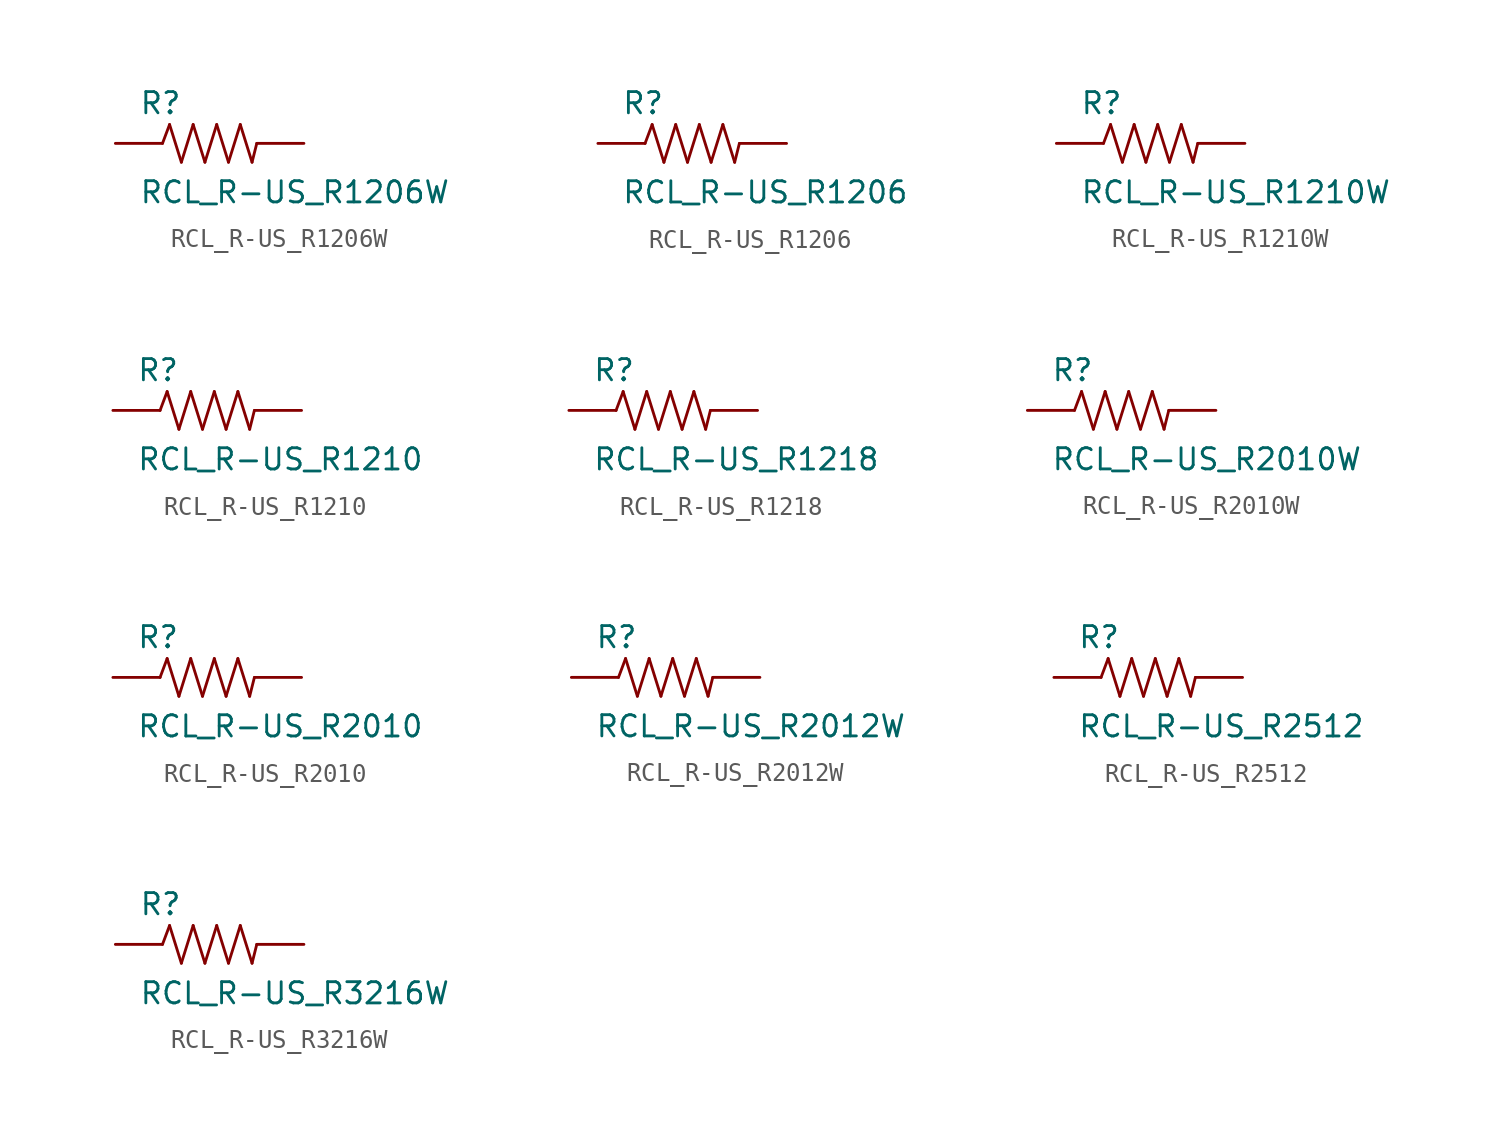
<source format=kicad_sym>
(kicad_symbol_lib
  (version 20210619)
  (generator kicad_symbol_editor)
  (symbol "RCL_R-US_R1206W"
    (pin_numbers hide)
    (pin_names
      (offset 1.016) hide)
    (property "Reference" "R"
      (at -3.81 1.499 0)
      (effects (font (size 1.143 1.143)) (justify left bottom)))
    (property "Value" "RCL_R-US_R1206W"
      (at -3.81 -3.302 0)
      (effects (font (size 1.143 1.143)) (justify left bottom)))
    (property "ki_locked" ""
      (at 0 0 0)
      (effects (font (size 1.27 1.27))))
    (symbol "RCL_R-US_R1206W_1_0"
      (polyline (pts (xy -2.54 0) (xy -2.159 1.016)) (stroke (width 0)) (fill (type none)))
      (polyline (pts (xy -2.159 1.016) (xy -1.524 -1.016)) (stroke (width 0)) (fill (type none)))
      (polyline (pts (xy -1.524 -1.016) (xy -0.889 1.016)) (stroke (width 0)) (fill (type none)))
      (polyline (pts (xy -0.889 1.016) (xy -0.254 -1.016)) (stroke (width 0)) (fill (type none)))
      (polyline (pts (xy -0.254 -1.016) (xy 0.381 1.016)) (stroke (width 0)) (fill (type none)))
      (polyline (pts (xy 0.381 1.016) (xy 1.016 -1.016)) (stroke (width 0)) (fill (type none)))
      (polyline (pts (xy 1.016 -1.016) (xy 1.651 1.016)) (stroke (width 0)) (fill (type none)))
      (polyline (pts (xy 1.651 1.016) (xy 2.286 -1.016)) (stroke (width 0)) (fill (type none)))
      (polyline (pts (xy 2.286 -1.016) (xy 2.54 0)) (stroke (width 0)) (fill (type none))))
    (symbol "RCL_R-US_R1206W_1_1"
      (pin passive line (at -5.08 0 0) (length 2.54) (name "1" (effects (font (size 1.016 1.016)))) (number "1" (effects (font (size 1.016 1.016)))))
      (pin passive line (at 5.08 0 180) (length 2.54) (name "2" (effects (font (size 1.016 1.016)))) (number "2" (effects (font (size 1.016 1.016)))))))
  (symbol "RCL_R-US_R1206"
    (pin_numbers hide)
    (pin_names
      (offset 1.016) hide)
    (property "Reference" "R"
      (at -3.81 1.499 0)
      (effects (font (size 1.143 1.143)) (justify left bottom)))
    (property "Value" "RCL_R-US_R1206"
      (at -3.81 -3.302 0)
      (effects (font (size 1.143 1.143)) (justify left bottom)))
    (property "ki_locked" ""
      (at 0 0 0)
      (effects (font (size 1.27 1.27))))
    (symbol "RCL_R-US_R1206_1_0"
      (polyline (pts (xy -2.54 0) (xy -2.159 1.016)) (stroke (width 0)) (fill (type none)))
      (polyline (pts (xy -2.159 1.016) (xy -1.524 -1.016)) (stroke (width 0)) (fill (type none)))
      (polyline (pts (xy -1.524 -1.016) (xy -0.889 1.016)) (stroke (width 0)) (fill (type none)))
      (polyline (pts (xy -0.889 1.016) (xy -0.254 -1.016)) (stroke (width 0)) (fill (type none)))
      (polyline (pts (xy -0.254 -1.016) (xy 0.381 1.016)) (stroke (width 0)) (fill (type none)))
      (polyline (pts (xy 0.381 1.016) (xy 1.016 -1.016)) (stroke (width 0)) (fill (type none)))
      (polyline (pts (xy 1.016 -1.016) (xy 1.651 1.016)) (stroke (width 0)) (fill (type none)))
      (polyline (pts (xy 1.651 1.016) (xy 2.286 -1.016)) (stroke (width 0)) (fill (type none)))
      (polyline (pts (xy 2.286 -1.016) (xy 2.54 0)) (stroke (width 0)) (fill (type none))))
    (symbol "RCL_R-US_R1206_1_1"
      (pin passive line (at -5.08 0 0) (length 2.54) (name "1" (effects (font (size 1.016 1.016)))) (number "1" (effects (font (size 1.016 1.016)))))
      (pin passive line (at 5.08 0 180) (length 2.54) (name "2" (effects (font (size 1.016 1.016)))) (number "2" (effects (font (size 1.016 1.016)))))))
  (symbol "RCL_R-US_R1210W"
    (pin_numbers hide)
    (pin_names
      (offset 1.016) hide)
    (property "Reference" "R"
      (at -3.81 1.499 0)
      (effects (font (size 1.143 1.143)) (justify left bottom)))
    (property "Value" "RCL_R-US_R1210W"
      (at -3.81 -3.302 0)
      (effects (font (size 1.143 1.143)) (justify left bottom)))
    (property "ki_locked" ""
      (at 0 0 0)
      (effects (font (size 1.27 1.27))))
    (symbol "RCL_R-US_R1210W_1_0"
      (polyline (pts (xy -2.54 0) (xy -2.159 1.016)) (stroke (width 0)) (fill (type none)))
      (polyline (pts (xy -2.159 1.016) (xy -1.524 -1.016)) (stroke (width 0)) (fill (type none)))
      (polyline (pts (xy -1.524 -1.016) (xy -0.889 1.016)) (stroke (width 0)) (fill (type none)))
      (polyline (pts (xy -0.889 1.016) (xy -0.254 -1.016)) (stroke (width 0)) (fill (type none)))
      (polyline (pts (xy -0.254 -1.016) (xy 0.381 1.016)) (stroke (width 0)) (fill (type none)))
      (polyline (pts (xy 0.381 1.016) (xy 1.016 -1.016)) (stroke (width 0)) (fill (type none)))
      (polyline (pts (xy 1.016 -1.016) (xy 1.651 1.016)) (stroke (width 0)) (fill (type none)))
      (polyline (pts (xy 1.651 1.016) (xy 2.286 -1.016)) (stroke (width 0)) (fill (type none)))
      (polyline (pts (xy 2.286 -1.016) (xy 2.54 0)) (stroke (width 0)) (fill (type none))))
    (symbol "RCL_R-US_R1210W_1_1"
      (pin passive line (at -5.08 0 0) (length 2.54) (name "1" (effects (font (size 1.016 1.016)))) (number "1" (effects (font (size 1.016 1.016)))))
      (pin passive line (at 5.08 0 180) (length 2.54) (name "2" (effects (font (size 1.016 1.016)))) (number "2" (effects (font (size 1.016 1.016)))))))
  (symbol "RCL_R-US_R1210"
    (pin_numbers hide)
    (pin_names
      (offset 1.016) hide)
    (property "Reference" "R"
      (at -3.81 1.499 0)
      (effects (font (size 1.143 1.143)) (justify left bottom)))
    (property "Value" "RCL_R-US_R1210"
      (at -3.81 -3.302 0)
      (effects (font (size 1.143 1.143)) (justify left bottom)))
    (property "ki_locked" ""
      (at 0 0 0)
      (effects (font (size 1.27 1.27))))
    (symbol "RCL_R-US_R1210_1_0"
      (polyline (pts (xy -2.54 0) (xy -2.159 1.016)) (stroke (width 0)) (fill (type none)))
      (polyline (pts (xy -2.159 1.016) (xy -1.524 -1.016)) (stroke (width 0)) (fill (type none)))
      (polyline (pts (xy -1.524 -1.016) (xy -0.889 1.016)) (stroke (width 0)) (fill (type none)))
      (polyline (pts (xy -0.889 1.016) (xy -0.254 -1.016)) (stroke (width 0)) (fill (type none)))
      (polyline (pts (xy -0.254 -1.016) (xy 0.381 1.016)) (stroke (width 0)) (fill (type none)))
      (polyline (pts (xy 0.381 1.016) (xy 1.016 -1.016)) (stroke (width 0)) (fill (type none)))
      (polyline (pts (xy 1.016 -1.016) (xy 1.651 1.016)) (stroke (width 0)) (fill (type none)))
      (polyline (pts (xy 1.651 1.016) (xy 2.286 -1.016)) (stroke (width 0)) (fill (type none)))
      (polyline (pts (xy 2.286 -1.016) (xy 2.54 0)) (stroke (width 0)) (fill (type none))))
    (symbol "RCL_R-US_R1210_1_1"
      (pin passive line (at -5.08 0 0) (length 2.54) (name "1" (effects (font (size 1.016 1.016)))) (number "1" (effects (font (size 1.016 1.016)))))
      (pin passive line (at 5.08 0 180) (length 2.54) (name "2" (effects (font (size 1.016 1.016)))) (number "2" (effects (font (size 1.016 1.016)))))))
  (symbol "RCL_R-US_R1218"
    (pin_numbers hide)
    (pin_names
      (offset 1.016) hide)
    (property "Reference" "R"
      (at -3.81 1.499 0)
      (effects (font (size 1.143 1.143)) (justify left bottom)))
    (property "Value" "RCL_R-US_R1218"
      (at -3.81 -3.302 0)
      (effects (font (size 1.143 1.143)) (justify left bottom)))
    (property "ki_locked" ""
      (at 0 0 0)
      (effects (font (size 1.27 1.27))))
    (symbol "RCL_R-US_R1218_1_0"
      (polyline (pts (xy -2.54 0) (xy -2.159 1.016)) (stroke (width 0)) (fill (type none)))
      (polyline (pts (xy -2.159 1.016) (xy -1.524 -1.016)) (stroke (width 0)) (fill (type none)))
      (polyline (pts (xy -1.524 -1.016) (xy -0.889 1.016)) (stroke (width 0)) (fill (type none)))
      (polyline (pts (xy -0.889 1.016) (xy -0.254 -1.016)) (stroke (width 0)) (fill (type none)))
      (polyline (pts (xy -0.254 -1.016) (xy 0.381 1.016)) (stroke (width 0)) (fill (type none)))
      (polyline (pts (xy 0.381 1.016) (xy 1.016 -1.016)) (stroke (width 0)) (fill (type none)))
      (polyline (pts (xy 1.016 -1.016) (xy 1.651 1.016)) (stroke (width 0)) (fill (type none)))
      (polyline (pts (xy 1.651 1.016) (xy 2.286 -1.016)) (stroke (width 0)) (fill (type none)))
      (polyline (pts (xy 2.286 -1.016) (xy 2.54 0)) (stroke (width 0)) (fill (type none))))
    (symbol "RCL_R-US_R1218_1_1"
      (pin passive line (at -5.08 0 0) (length 2.54) (name "1" (effects (font (size 1.016 1.016)))) (number "1" (effects (font (size 1.016 1.016)))))
      (pin passive line (at 5.08 0 180) (length 2.54) (name "2" (effects (font (size 1.016 1.016)))) (number "2" (effects (font (size 1.016 1.016)))))))
  (symbol "RCL_R-US_R2010W"
    (pin_numbers hide)
    (pin_names
      (offset 1.016) hide)
    (property "Reference" "R"
      (at -3.81 1.499 0)
      (effects (font (size 1.143 1.143)) (justify left bottom)))
    (property "Value" "RCL_R-US_R2010W"
      (at -3.81 -3.302 0)
      (effects (font (size 1.143 1.143)) (justify left bottom)))
    (property "ki_locked" ""
      (at 0 0 0)
      (effects (font (size 1.27 1.27))))
    (symbol "RCL_R-US_R2010W_1_0"
      (polyline (pts (xy -2.54 0) (xy -2.159 1.016)) (stroke (width 0)) (fill (type none)))
      (polyline (pts (xy -2.159 1.016) (xy -1.524 -1.016)) (stroke (width 0)) (fill (type none)))
      (polyline (pts (xy -1.524 -1.016) (xy -0.889 1.016)) (stroke (width 0)) (fill (type none)))
      (polyline (pts (xy -0.889 1.016) (xy -0.254 -1.016)) (stroke (width 0)) (fill (type none)))
      (polyline (pts (xy -0.254 -1.016) (xy 0.381 1.016)) (stroke (width 0)) (fill (type none)))
      (polyline (pts (xy 0.381 1.016) (xy 1.016 -1.016)) (stroke (width 0)) (fill (type none)))
      (polyline (pts (xy 1.016 -1.016) (xy 1.651 1.016)) (stroke (width 0)) (fill (type none)))
      (polyline (pts (xy 1.651 1.016) (xy 2.286 -1.016)) (stroke (width 0)) (fill (type none)))
      (polyline (pts (xy 2.286 -1.016) (xy 2.54 0)) (stroke (width 0)) (fill (type none))))
    (symbol "RCL_R-US_R2010W_1_1"
      (pin passive line (at -5.08 0 0) (length 2.54) (name "1" (effects (font (size 1.016 1.016)))) (number "1" (effects (font (size 1.016 1.016)))))
      (pin passive line (at 5.08 0 180) (length 2.54) (name "2" (effects (font (size 1.016 1.016)))) (number "2" (effects (font (size 1.016 1.016)))))))
  (symbol "RCL_R-US_R2010"
    (pin_numbers hide)
    (pin_names
      (offset 1.016) hide)
    (property "Reference" "R"
      (at -3.81 1.499 0)
      (effects (font (size 1.143 1.143)) (justify left bottom)))
    (property "Value" "RCL_R-US_R2010"
      (at -3.81 -3.302 0)
      (effects (font (size 1.143 1.143)) (justify left bottom)))
    (property "ki_locked" ""
      (at 0 0 0)
      (effects (font (size 1.27 1.27))))
    (symbol "RCL_R-US_R2010_1_0"
      (polyline (pts (xy -2.54 0) (xy -2.159 1.016)) (stroke (width 0)) (fill (type none)))
      (polyline (pts (xy -2.159 1.016) (xy -1.524 -1.016)) (stroke (width 0)) (fill (type none)))
      (polyline (pts (xy -1.524 -1.016) (xy -0.889 1.016)) (stroke (width 0)) (fill (type none)))
      (polyline (pts (xy -0.889 1.016) (xy -0.254 -1.016)) (stroke (width 0)) (fill (type none)))
      (polyline (pts (xy -0.254 -1.016) (xy 0.381 1.016)) (stroke (width 0)) (fill (type none)))
      (polyline (pts (xy 0.381 1.016) (xy 1.016 -1.016)) (stroke (width 0)) (fill (type none)))
      (polyline (pts (xy 1.016 -1.016) (xy 1.651 1.016)) (stroke (width 0)) (fill (type none)))
      (polyline (pts (xy 1.651 1.016) (xy 2.286 -1.016)) (stroke (width 0)) (fill (type none)))
      (polyline (pts (xy 2.286 -1.016) (xy 2.54 0)) (stroke (width 0)) (fill (type none))))
    (symbol "RCL_R-US_R2010_1_1"
      (pin passive line (at -5.08 0 0) (length 2.54) (name "1" (effects (font (size 1.016 1.016)))) (number "1" (effects (font (size 1.016 1.016)))))
      (pin passive line (at 5.08 0 180) (length 2.54) (name "2" (effects (font (size 1.016 1.016)))) (number "2" (effects (font (size 1.016 1.016)))))))
  (symbol "RCL_R-US_R2012W"
    (pin_numbers hide)
    (pin_names
      (offset 1.016) hide)
    (property "Reference" "R"
      (at -3.81 1.499 0)
      (effects (font (size 1.143 1.143)) (justify left bottom)))
    (property "Value" "RCL_R-US_R2012W"
      (at -3.81 -3.302 0)
      (effects (font (size 1.143 1.143)) (justify left bottom)))
    (property "ki_locked" ""
      (at 0 0 0)
      (effects (font (size 1.27 1.27))))
    (symbol "RCL_R-US_R2012W_1_0"
      (polyline (pts (xy -2.54 0) (xy -2.159 1.016)) (stroke (width 0)) (fill (type none)))
      (polyline (pts (xy -2.159 1.016) (xy -1.524 -1.016)) (stroke (width 0)) (fill (type none)))
      (polyline (pts (xy -1.524 -1.016) (xy -0.889 1.016)) (stroke (width 0)) (fill (type none)))
      (polyline (pts (xy -0.889 1.016) (xy -0.254 -1.016)) (stroke (width 0)) (fill (type none)))
      (polyline (pts (xy -0.254 -1.016) (xy 0.381 1.016)) (stroke (width 0)) (fill (type none)))
      (polyline (pts (xy 0.381 1.016) (xy 1.016 -1.016)) (stroke (width 0)) (fill (type none)))
      (polyline (pts (xy 1.016 -1.016) (xy 1.651 1.016)) (stroke (width 0)) (fill (type none)))
      (polyline (pts (xy 1.651 1.016) (xy 2.286 -1.016)) (stroke (width 0)) (fill (type none)))
      (polyline (pts (xy 2.286 -1.016) (xy 2.54 0)) (stroke (width 0)) (fill (type none))))
    (symbol "RCL_R-US_R2012W_1_1"
      (pin passive line (at -5.08 0 0) (length 2.54) (name "1" (effects (font (size 1.016 1.016)))) (number "1" (effects (font (size 1.016 1.016)))))
      (pin passive line (at 5.08 0 180) (length 2.54) (name "2" (effects (font (size 1.016 1.016)))) (number "2" (effects (font (size 1.016 1.016)))))))
  (symbol "RCL_R-US_R2512"
    (pin_numbers hide)
    (pin_names
      (offset 1.016) hide)
    (property "Reference" "R"
      (at -3.81 1.499 0)
      (effects (font (size 1.143 1.143)) (justify left bottom)))
    (property "Value" "RCL_R-US_R2512"
      (at -3.81 -3.302 0)
      (effects (font (size 1.143 1.143)) (justify left bottom)))
    (property "ki_locked" ""
      (at 0 0 0)
      (effects (font (size 1.27 1.27))))
    (symbol "RCL_R-US_R2512_1_0"
      (polyline (pts (xy -2.54 0) (xy -2.159 1.016)) (stroke (width 0)) (fill (type none)))
      (polyline (pts (xy -2.159 1.016) (xy -1.524 -1.016)) (stroke (width 0)) (fill (type none)))
      (polyline (pts (xy -1.524 -1.016) (xy -0.889 1.016)) (stroke (width 0)) (fill (type none)))
      (polyline (pts (xy -0.889 1.016) (xy -0.254 -1.016)) (stroke (width 0)) (fill (type none)))
      (polyline (pts (xy -0.254 -1.016) (xy 0.381 1.016)) (stroke (width 0)) (fill (type none)))
      (polyline (pts (xy 0.381 1.016) (xy 1.016 -1.016)) (stroke (width 0)) (fill (type none)))
      (polyline (pts (xy 1.016 -1.016) (xy 1.651 1.016)) (stroke (width 0)) (fill (type none)))
      (polyline (pts (xy 1.651 1.016) (xy 2.286 -1.016)) (stroke (width 0)) (fill (type none)))
      (polyline (pts (xy 2.286 -1.016) (xy 2.54 0)) (stroke (width 0)) (fill (type none))))
    (symbol "RCL_R-US_R2512_1_1"
      (pin passive line (at -5.08 0 0) (length 2.54) (name "1" (effects (font (size 1.016 1.016)))) (number "1" (effects (font (size 1.016 1.016)))))
      (pin passive line (at 5.08 0 180) (length 2.54) (name "2" (effects (font (size 1.016 1.016)))) (number "2" (effects (font (size 1.016 1.016)))))))
  (symbol "RCL_R-US_R3216W"
    (pin_numbers hide)
    (pin_names
      (offset 1.016) hide)
    (property "Reference" "R"
      (at -3.81 1.499 0)
      (effects (font (size 1.143 1.143)) (justify left bottom)))
    (property "Value" "RCL_R-US_R3216W"
      (at -3.81 -3.302 0)
      (effects (font (size 1.143 1.143)) (justify left bottom)))
    (property "ki_locked" ""
      (at 0 0 0)
      (effects (font (size 1.27 1.27))))
    (symbol "RCL_R-US_R3216W_1_0"
      (polyline (pts (xy -2.54 0) (xy -2.159 1.016)) (stroke (width 0)) (fill (type none)))
      (polyline (pts (xy -2.159 1.016) (xy -1.524 -1.016)) (stroke (width 0)) (fill (type none)))
      (polyline (pts (xy -1.524 -1.016) (xy -0.889 1.016)) (stroke (width 0)) (fill (type none)))
      (polyline (pts (xy -0.889 1.016) (xy -0.254 -1.016)) (stroke (width 0)) (fill (type none)))
      (polyline (pts (xy -0.254 -1.016) (xy 0.381 1.016)) (stroke (width 0)) (fill (type none)))
      (polyline (pts (xy 0.381 1.016) (xy 1.016 -1.016)) (stroke (width 0)) (fill (type none)))
      (polyline (pts (xy 1.016 -1.016) (xy 1.651 1.016)) (stroke (width 0)) (fill (type none)))
      (polyline (pts (xy 1.651 1.016) (xy 2.286 -1.016)) (stroke (width 0)) (fill (type none)))
      (polyline (pts (xy 2.286 -1.016) (xy 2.54 0)) (stroke (width 0)) (fill (type none))))
    (symbol "RCL_R-US_R3216W_1_1"
      (pin passive line (at -5.08 0 0) (length 2.54) (name "1" (effects (font (size 1.016 1.016)))) (number "1" (effects (font (size 1.016 1.016)))))
      (pin passive line (at 5.08 0 180) (length 2.54) (name "2" (effects (font (size 1.016 1.016)))) (number "2" (effects (font (size 1.016 1.016))))))))
</source>
